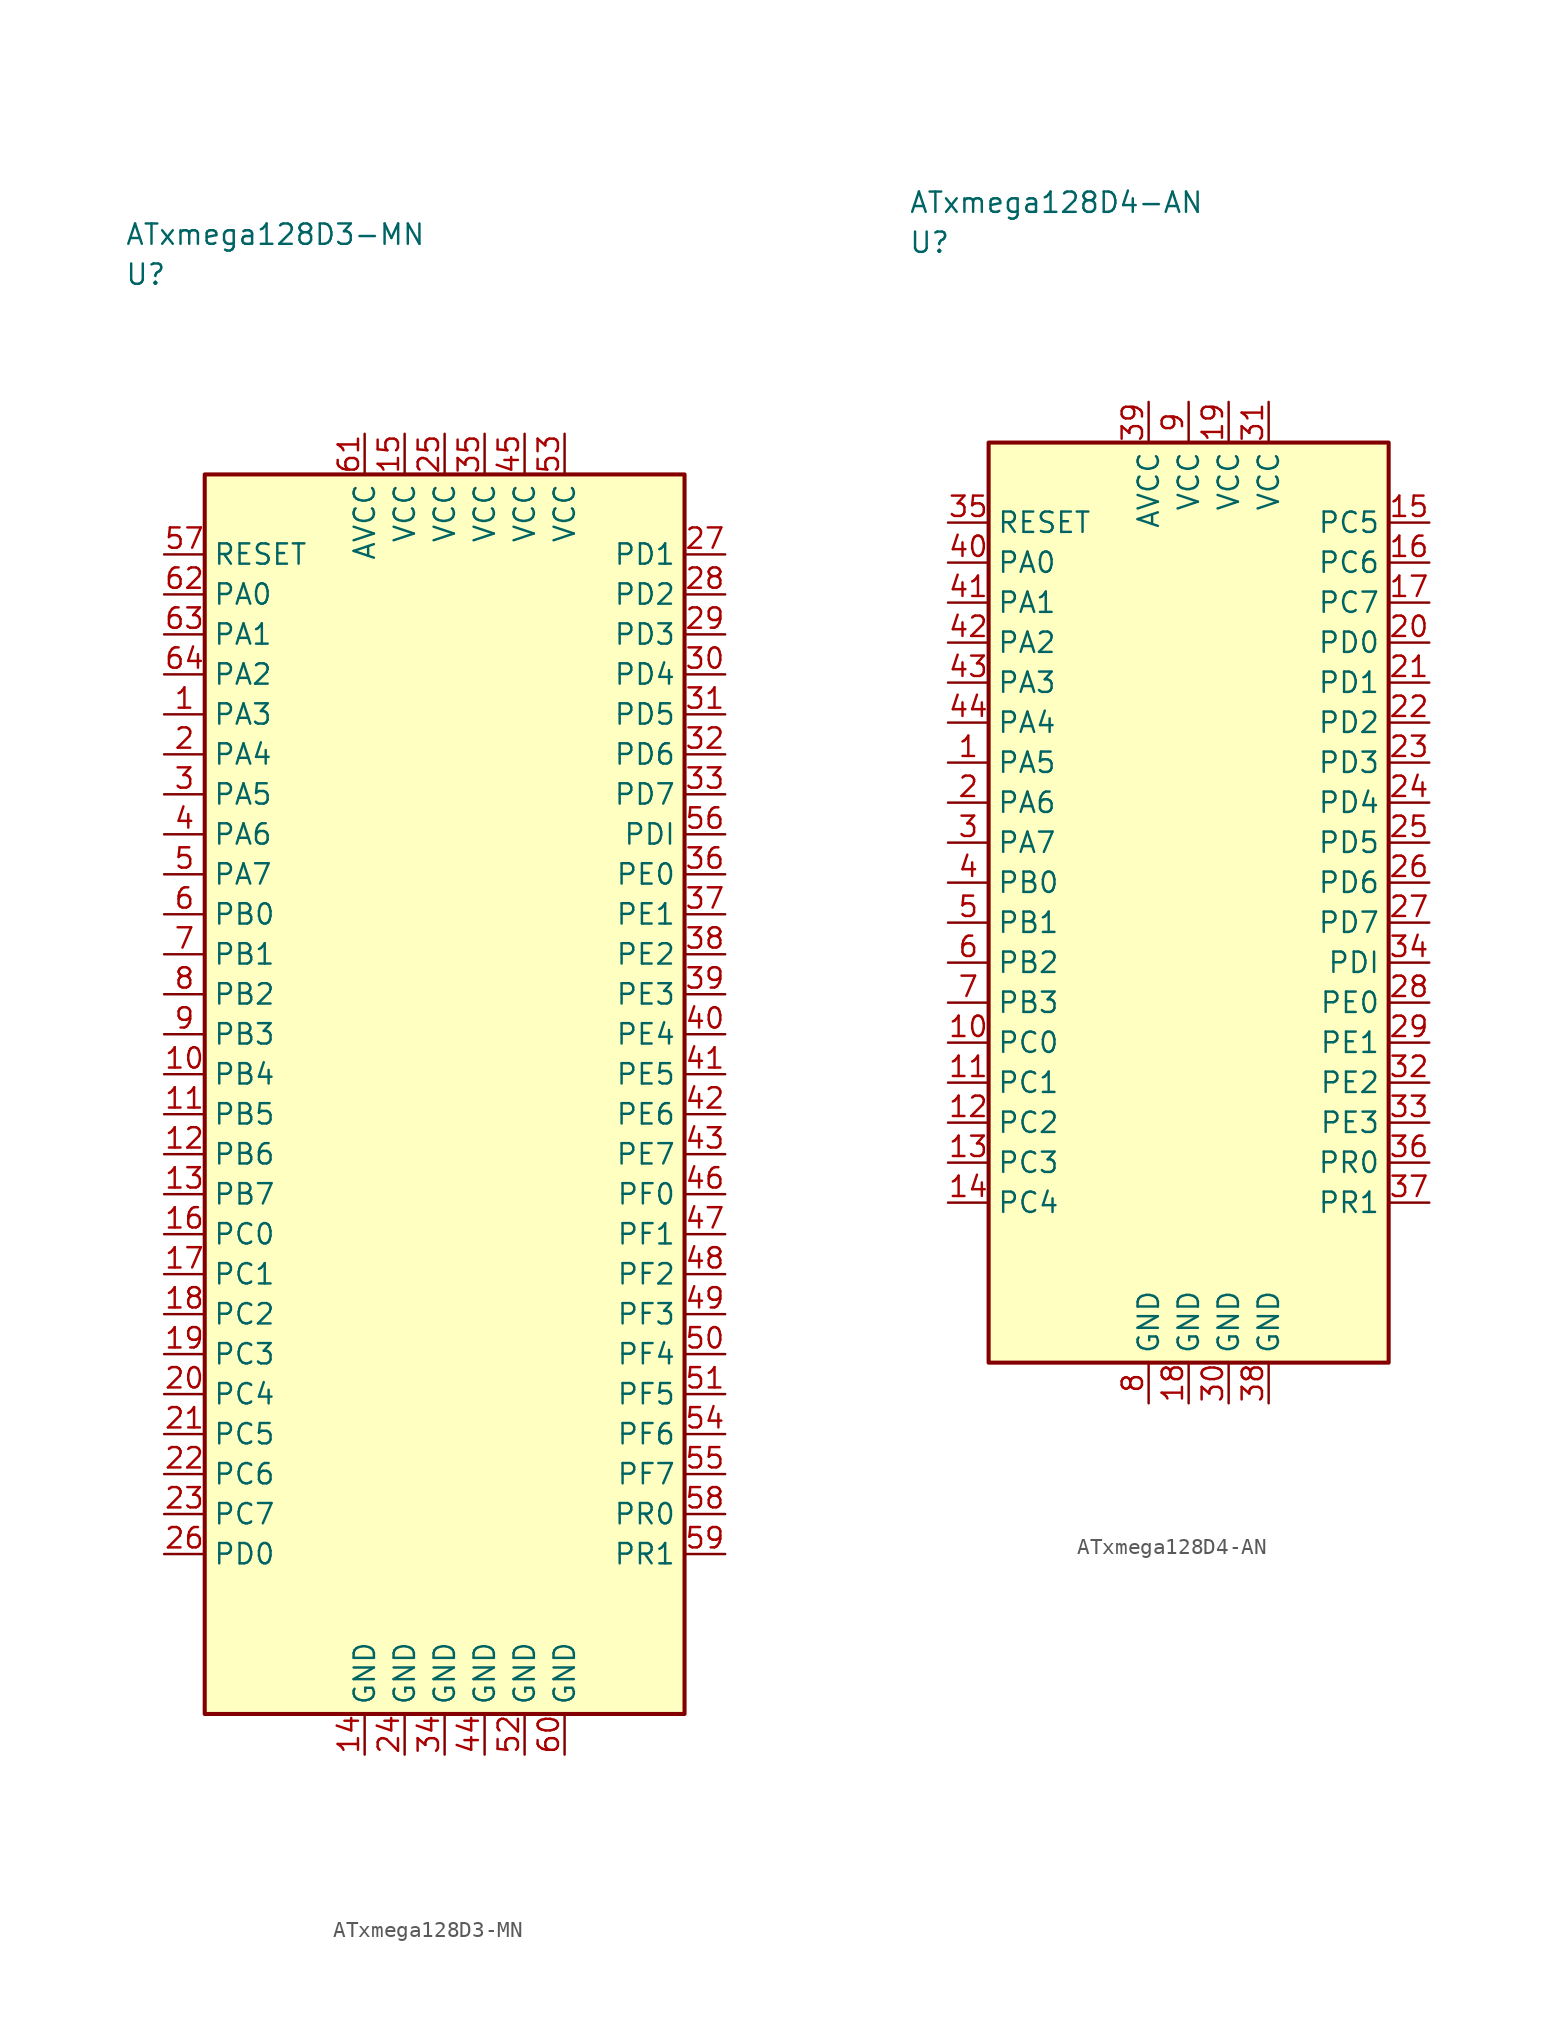
<source format=kicad_sym>
(kicad_symbol_lib
  (version 20241025)
  (generator "kicad_symbol_editor")
  (generator_version "8.0")
  (symbol "ATxmega128D3-MN"
    (property "Reference" "U"
      (at -20.0 51.25 0)
      (effects (font (size 1.27 1.27)) (justify left)))
    (property "Value" "ATxmega128D3-MN"
      (at -20.0 53.75 0)
      (effects (font (size 1.27 1.27)) (justify left)))
    (symbol "ATxmega128D3-MN_0_1"
      (rectangle (start -15.0 38.75) (end 15.0 -38.75) (stroke (width 0.254) (type default)) (fill (type background))))
    (symbol "ATxmega128D3-MN_1_1"
      (pin bidirectional line (at -17.54 23.75 0.0) (length 2.54) (name "PA3" (effects (font (size 1.27 1.27)))) (number "1" (effects (font (size 1.27 1.27)))))
      (pin bidirectional line (at -17.54 21.25 0.0) (length 2.54) (name "PA4" (effects (font (size 1.27 1.27)))) (number "2" (effects (font (size 1.27 1.27)))))
      (pin bidirectional line (at -17.54 18.75 0.0) (length 2.54) (name "PA5" (effects (font (size 1.27 1.27)))) (number "3" (effects (font (size 1.27 1.27)))))
      (pin bidirectional line (at -17.54 16.25 0.0) (length 2.54) (name "PA6" (effects (font (size 1.27 1.27)))) (number "4" (effects (font (size 1.27 1.27)))))
      (pin bidirectional line (at -17.54 13.75 0.0) (length 2.54) (name "PA7" (effects (font (size 1.27 1.27)))) (number "5" (effects (font (size 1.27 1.27)))))
      (pin bidirectional line (at -17.54 11.25 0.0) (length 2.54) (name "PB0" (effects (font (size 1.27 1.27)))) (number "6" (effects (font (size 1.27 1.27)))))
      (pin bidirectional line (at -17.54 8.75 0.0) (length 2.54) (name "PB1" (effects (font (size 1.27 1.27)))) (number "7" (effects (font (size 1.27 1.27)))))
      (pin bidirectional line (at -17.54 6.25 0.0) (length 2.54) (name "PB2" (effects (font (size 1.27 1.27)))) (number "8" (effects (font (size 1.27 1.27)))))
      (pin bidirectional line (at -17.54 3.75 0.0) (length 2.54) (name "PB3" (effects (font (size 1.27 1.27)))) (number "9" (effects (font (size 1.27 1.27)))))
      (pin bidirectional line (at -17.54 1.25 0.0) (length 2.54) (name "PB4" (effects (font (size 1.27 1.27)))) (number "10" (effects (font (size 1.27 1.27)))))
      (pin bidirectional line (at -17.54 -1.25 0.0) (length 2.54) (name "PB5" (effects (font (size 1.27 1.27)))) (number "11" (effects (font (size 1.27 1.27)))))
      (pin bidirectional line (at -17.54 -3.75 0.0) (length 2.54) (name "PB6" (effects (font (size 1.27 1.27)))) (number "12" (effects (font (size 1.27 1.27)))))
      (pin bidirectional line (at -17.54 -6.25 0.0) (length 2.54) (name "PB7" (effects (font (size 1.27 1.27)))) (number "13" (effects (font (size 1.27 1.27)))))
      (pin passive line (at -5.0 -41.29 90.0) (length 2.54) (name "GND" (effects (font (size 1.27 1.27)))) (number "14" (effects (font (size 1.27 1.27)))))
      (pin power_in line (at -2.5 41.29 270.0) (length 2.54) (name "VCC" (effects (font (size 1.27 1.27)))) (number "15" (effects (font (size 1.27 1.27)))))
      (pin bidirectional line (at -17.54 -8.75 0.0) (length 2.54) (name "PC0" (effects (font (size 1.27 1.27)))) (number "16" (effects (font (size 1.27 1.27)))))
      (pin bidirectional line (at -17.54 -11.25 0.0) (length 2.54) (name "PC1" (effects (font (size 1.27 1.27)))) (number "17" (effects (font (size 1.27 1.27)))))
      (pin bidirectional line (at -17.54 -13.75 0.0) (length 2.54) (name "PC2" (effects (font (size 1.27 1.27)))) (number "18" (effects (font (size 1.27 1.27)))))
      (pin bidirectional line (at -17.54 -16.25 0.0) (length 2.54) (name "PC3" (effects (font (size 1.27 1.27)))) (number "19" (effects (font (size 1.27 1.27)))))
      (pin bidirectional line (at -17.54 -18.75 0.0) (length 2.54) (name "PC4" (effects (font (size 1.27 1.27)))) (number "20" (effects (font (size 1.27 1.27)))))
      (pin bidirectional line (at -17.54 -21.25 0.0) (length 2.54) (name "PC5" (effects (font (size 1.27 1.27)))) (number "21" (effects (font (size 1.27 1.27)))))
      (pin bidirectional line (at -17.54 -23.75 0.0) (length 2.54) (name "PC6" (effects (font (size 1.27 1.27)))) (number "22" (effects (font (size 1.27 1.27)))))
      (pin bidirectional line (at -17.54 -26.25 0.0) (length 2.54) (name "PC7" (effects (font (size 1.27 1.27)))) (number "23" (effects (font (size 1.27 1.27)))))
      (pin passive line (at -2.5 -41.29 90.0) (length 2.54) (name "GND" (effects (font (size 1.27 1.27)))) (number "24" (effects (font (size 1.27 1.27)))))
      (pin power_in line (at 0.0 41.29 270.0) (length 2.54) (name "VCC" (effects (font (size 1.27 1.27)))) (number "25" (effects (font (size 1.27 1.27)))))
      (pin bidirectional line (at -17.54 -28.75 0.0) (length 2.54) (name "PD0" (effects (font (size 1.27 1.27)))) (number "26" (effects (font (size 1.27 1.27)))))
      (pin bidirectional line (at 17.54 33.75 180.0) (length 2.54) (name "PD1" (effects (font (size 1.27 1.27)))) (number "27" (effects (font (size 1.27 1.27)))))
      (pin bidirectional line (at 17.54 31.25 180.0) (length 2.54) (name "PD2" (effects (font (size 1.27 1.27)))) (number "28" (effects (font (size 1.27 1.27)))))
      (pin bidirectional line (at 17.54 28.75 180.0) (length 2.54) (name "PD3" (effects (font (size 1.27 1.27)))) (number "29" (effects (font (size 1.27 1.27)))))
      (pin bidirectional line (at 17.54 26.25 180.0) (length 2.54) (name "PD4" (effects (font (size 1.27 1.27)))) (number "30" (effects (font (size 1.27 1.27)))))
      (pin bidirectional line (at 17.54 23.75 180.0) (length 2.54) (name "PD5" (effects (font (size 1.27 1.27)))) (number "31" (effects (font (size 1.27 1.27)))))
      (pin bidirectional line (at 17.54 21.25 180.0) (length 2.54) (name "PD6" (effects (font (size 1.27 1.27)))) (number "32" (effects (font (size 1.27 1.27)))))
      (pin bidirectional line (at 17.54 18.75 180.0) (length 2.54) (name "PD7" (effects (font (size 1.27 1.27)))) (number "33" (effects (font (size 1.27 1.27)))))
      (pin passive line (at 0.0 -41.29 90.0) (length 2.54) (name "GND" (effects (font (size 1.27 1.27)))) (number "34" (effects (font (size 1.27 1.27)))))
      (pin power_in line (at 2.5 41.29 270.0) (length 2.54) (name "VCC" (effects (font (size 1.27 1.27)))) (number "35" (effects (font (size 1.27 1.27)))))
      (pin bidirectional line (at 17.54 13.75 180.0) (length 2.54) (name "PE0" (effects (font (size 1.27 1.27)))) (number "36" (effects (font (size 1.27 1.27)))))
      (pin bidirectional line (at 17.54 11.25 180.0) (length 2.54) (name "PE1" (effects (font (size 1.27 1.27)))) (number "37" (effects (font (size 1.27 1.27)))))
      (pin bidirectional line (at 17.54 8.75 180.0) (length 2.54) (name "PE2" (effects (font (size 1.27 1.27)))) (number "38" (effects (font (size 1.27 1.27)))))
      (pin bidirectional line (at 17.54 6.25 180.0) (length 2.54) (name "PE3" (effects (font (size 1.27 1.27)))) (number "39" (effects (font (size 1.27 1.27)))))
      (pin bidirectional line (at 17.54 3.75 180.0) (length 2.54) (name "PE4" (effects (font (size 1.27 1.27)))) (number "40" (effects (font (size 1.27 1.27)))))
      (pin bidirectional line (at 17.54 1.25 180.0) (length 2.54) (name "PE5" (effects (font (size 1.27 1.27)))) (number "41" (effects (font (size 1.27 1.27)))))
      (pin bidirectional line (at 17.54 -1.25 180.0) (length 2.54) (name "PE6" (effects (font (size 1.27 1.27)))) (number "42" (effects (font (size 1.27 1.27)))))
      (pin bidirectional line (at 17.54 -3.75 180.0) (length 2.54) (name "PE7" (effects (font (size 1.27 1.27)))) (number "43" (effects (font (size 1.27 1.27)))))
      (pin passive line (at 2.5 -41.29 90.0) (length 2.54) (name "GND" (effects (font (size 1.27 1.27)))) (number "44" (effects (font (size 1.27 1.27)))))
      (pin power_in line (at 5.0 41.29 270.0) (length 2.54) (name "VCC" (effects (font (size 1.27 1.27)))) (number "45" (effects (font (size 1.27 1.27)))))
      (pin bidirectional line (at 17.54 -6.25 180.0) (length 2.54) (name "PF0" (effects (font (size 1.27 1.27)))) (number "46" (effects (font (size 1.27 1.27)))))
      (pin bidirectional line (at 17.54 -8.75 180.0) (length 2.54) (name "PF1" (effects (font (size 1.27 1.27)))) (number "47" (effects (font (size 1.27 1.27)))))
      (pin bidirectional line (at 17.54 -11.25 180.0) (length 2.54) (name "PF2" (effects (font (size 1.27 1.27)))) (number "48" (effects (font (size 1.27 1.27)))))
      (pin bidirectional line (at 17.54 -13.75 180.0) (length 2.54) (name "PF3" (effects (font (size 1.27 1.27)))) (number "49" (effects (font (size 1.27 1.27)))))
      (pin bidirectional line (at 17.54 -16.25 180.0) (length 2.54) (name "PF4" (effects (font (size 1.27 1.27)))) (number "50" (effects (font (size 1.27 1.27)))))
      (pin bidirectional line (at 17.54 -18.75 180.0) (length 2.54) (name "PF5" (effects (font (size 1.27 1.27)))) (number "51" (effects (font (size 1.27 1.27)))))
      (pin passive line (at 5.0 -41.29 90.0) (length 2.54) (name "GND" (effects (font (size 1.27 1.27)))) (number "52" (effects (font (size 1.27 1.27)))))
      (pin power_in line (at 7.5 41.29 270.0) (length 2.54) (name "VCC" (effects (font (size 1.27 1.27)))) (number "53" (effects (font (size 1.27 1.27)))))
      (pin bidirectional line (at 17.54 -21.25 180.0) (length 2.54) (name "PF6" (effects (font (size 1.27 1.27)))) (number "54" (effects (font (size 1.27 1.27)))))
      (pin bidirectional line (at 17.54 -23.75 180.0) (length 2.54) (name "PF7" (effects (font (size 1.27 1.27)))) (number "55" (effects (font (size 1.27 1.27)))))
      (pin bidirectional line (at 17.54 16.25 180.0) (length 2.54) (name "PDI" (effects (font (size 1.27 1.27)))) (number "56" (effects (font (size 1.27 1.27)))))
      (pin input line (at -17.54 33.75 0.0) (length 2.54) (name "RESET" (effects (font (size 1.27 1.27)))) (number "57" (effects (font (size 1.27 1.27)))))
      (pin bidirectional line (at 17.54 -26.25 180.0) (length 2.54) (name "PR0" (effects (font (size 1.27 1.27)))) (number "58" (effects (font (size 1.27 1.27)))))
      (pin bidirectional line (at 17.54 -28.75 180.0) (length 2.54) (name "PR1" (effects (font (size 1.27 1.27)))) (number "59" (effects (font (size 1.27 1.27)))))
      (pin passive line (at 7.5 -41.29 90.0) (length 2.54) (name "GND" (effects (font (size 1.27 1.27)))) (number "60" (effects (font (size 1.27 1.27)))))
      (pin power_in line (at -5.0 41.29 270.0) (length 2.54) (name "AVCC" (effects (font (size 1.27 1.27)))) (number "61" (effects (font (size 1.27 1.27)))))
      (pin bidirectional line (at -17.54 31.25 0.0) (length 2.54) (name "PA0" (effects (font (size 1.27 1.27)))) (number "62" (effects (font (size 1.27 1.27)))))
      (pin bidirectional line (at -17.54 28.75 0.0) (length 2.54) (name "PA1" (effects (font (size 1.27 1.27)))) (number "63" (effects (font (size 1.27 1.27)))))
      (pin bidirectional line (at -17.54 26.25 0.0) (length 2.54) (name "PA2" (effects (font (size 1.27 1.27)))) (number "64" (effects (font (size 1.27 1.27)))))))
  (symbol "ATxmega128D4-AN"
    (property "Reference" "U"
      (at -17.5 41.25 0)
      (effects (font (size 1.27 1.27)) (justify left)))
    (property "Value" "ATxmega128D4-AN"
      (at -17.5 43.75 0)
      (effects (font (size 1.27 1.27)) (justify left)))
    (symbol "ATxmega128D4-AN_0_1"
      (rectangle (start -12.5 28.75) (end 12.5 -28.75) (stroke (width 0.254) (type default)) (fill (type background))))
    (symbol "ATxmega128D4-AN_1_1"
      (pin bidirectional line (at -15.04 8.75 0.0) (length 2.54) (name "PA5" (effects (font (size 1.27 1.27)))) (number "1" (effects (font (size 1.27 1.27)))))
      (pin bidirectional line (at -15.04 6.25 0.0) (length 2.54) (name "PA6" (effects (font (size 1.27 1.27)))) (number "2" (effects (font (size 1.27 1.27)))))
      (pin bidirectional line (at -15.04 3.75 0.0) (length 2.54) (name "PA7" (effects (font (size 1.27 1.27)))) (number "3" (effects (font (size 1.27 1.27)))))
      (pin bidirectional line (at -15.04 1.25 0.0) (length 2.54) (name "PB0" (effects (font (size 1.27 1.27)))) (number "4" (effects (font (size 1.27 1.27)))))
      (pin bidirectional line (at -15.04 -1.25 0.0) (length 2.54) (name "PB1" (effects (font (size 1.27 1.27)))) (number "5" (effects (font (size 1.27 1.27)))))
      (pin bidirectional line (at -15.04 -3.75 0.0) (length 2.54) (name "PB2" (effects (font (size 1.27 1.27)))) (number "6" (effects (font (size 1.27 1.27)))))
      (pin bidirectional line (at -15.04 -6.25 0.0) (length 2.54) (name "PB3" (effects (font (size 1.27 1.27)))) (number "7" (effects (font (size 1.27 1.27)))))
      (pin passive line (at -2.5 -31.29 90.0) (length 2.54) (name "GND" (effects (font (size 1.27 1.27)))) (number "8" (effects (font (size 1.27 1.27)))))
      (pin power_in line (at 0.0 31.29 270.0) (length 2.54) (name "VCC" (effects (font (size 1.27 1.27)))) (number "9" (effects (font (size 1.27 1.27)))))
      (pin bidirectional line (at -15.04 -8.75 0.0) (length 2.54) (name "PC0" (effects (font (size 1.27 1.27)))) (number "10" (effects (font (size 1.27 1.27)))))
      (pin bidirectional line (at -15.04 -11.25 0.0) (length 2.54) (name "PC1" (effects (font (size 1.27 1.27)))) (number "11" (effects (font (size 1.27 1.27)))))
      (pin bidirectional line (at -15.04 -13.75 0.0) (length 2.54) (name "PC2" (effects (font (size 1.27 1.27)))) (number "12" (effects (font (size 1.27 1.27)))))
      (pin bidirectional line (at -15.04 -16.25 0.0) (length 2.54) (name "PC3" (effects (font (size 1.27 1.27)))) (number "13" (effects (font (size 1.27 1.27)))))
      (pin bidirectional line (at -15.04 -18.75 0.0) (length 2.54) (name "PC4" (effects (font (size 1.27 1.27)))) (number "14" (effects (font (size 1.27 1.27)))))
      (pin bidirectional line (at 15.04 23.75 180.0) (length 2.54) (name "PC5" (effects (font (size 1.27 1.27)))) (number "15" (effects (font (size 1.27 1.27)))))
      (pin bidirectional line (at 15.04 21.25 180.0) (length 2.54) (name "PC6" (effects (font (size 1.27 1.27)))) (number "16" (effects (font (size 1.27 1.27)))))
      (pin bidirectional line (at 15.04 18.75 180.0) (length 2.54) (name "PC7" (effects (font (size 1.27 1.27)))) (number "17" (effects (font (size 1.27 1.27)))))
      (pin passive line (at 0.0 -31.29 90.0) (length 2.54) (name "GND" (effects (font (size 1.27 1.27)))) (number "18" (effects (font (size 1.27 1.27)))))
      (pin power_in line (at 2.5 31.29 270.0) (length 2.54) (name "VCC" (effects (font (size 1.27 1.27)))) (number "19" (effects (font (size 1.27 1.27)))))
      (pin bidirectional line (at 15.04 16.25 180.0) (length 2.54) (name "PD0" (effects (font (size 1.27 1.27)))) (number "20" (effects (font (size 1.27 1.27)))))
      (pin bidirectional line (at 15.04 13.75 180.0) (length 2.54) (name "PD1" (effects (font (size 1.27 1.27)))) (number "21" (effects (font (size 1.27 1.27)))))
      (pin bidirectional line (at 15.04 11.25 180.0) (length 2.54) (name "PD2" (effects (font (size 1.27 1.27)))) (number "22" (effects (font (size 1.27 1.27)))))
      (pin bidirectional line (at 15.04 8.75 180.0) (length 2.54) (name "PD3" (effects (font (size 1.27 1.27)))) (number "23" (effects (font (size 1.27 1.27)))))
      (pin bidirectional line (at 15.04 6.25 180.0) (length 2.54) (name "PD4" (effects (font (size 1.27 1.27)))) (number "24" (effects (font (size 1.27 1.27)))))
      (pin bidirectional line (at 15.04 3.75 180.0) (length 2.54) (name "PD5" (effects (font (size 1.27 1.27)))) (number "25" (effects (font (size 1.27 1.27)))))
      (pin bidirectional line (at 15.04 1.25 180.0) (length 2.54) (name "PD6" (effects (font (size 1.27 1.27)))) (number "26" (effects (font (size 1.27 1.27)))))
      (pin bidirectional line (at 15.04 -1.25 180.0) (length 2.54) (name "PD7" (effects (font (size 1.27 1.27)))) (number "27" (effects (font (size 1.27 1.27)))))
      (pin bidirectional line (at 15.04 -6.25 180.0) (length 2.54) (name "PE0" (effects (font (size 1.27 1.27)))) (number "28" (effects (font (size 1.27 1.27)))))
      (pin bidirectional line (at 15.04 -8.75 180.0) (length 2.54) (name "PE1" (effects (font (size 1.27 1.27)))) (number "29" (effects (font (size 1.27 1.27)))))
      (pin passive line (at 2.5 -31.29 90.0) (length 2.54) (name "GND" (effects (font (size 1.27 1.27)))) (number "30" (effects (font (size 1.27 1.27)))))
      (pin power_in line (at 5.0 31.29 270.0) (length 2.54) (name "VCC" (effects (font (size 1.27 1.27)))) (number "31" (effects (font (size 1.27 1.27)))))
      (pin bidirectional line (at 15.04 -11.25 180.0) (length 2.54) (name "PE2" (effects (font (size 1.27 1.27)))) (number "32" (effects (font (size 1.27 1.27)))))
      (pin bidirectional line (at 15.04 -13.75 180.0) (length 2.54) (name "PE3" (effects (font (size 1.27 1.27)))) (number "33" (effects (font (size 1.27 1.27)))))
      (pin bidirectional line (at 15.04 -3.75 180.0) (length 2.54) (name "PDI" (effects (font (size 1.27 1.27)))) (number "34" (effects (font (size 1.27 1.27)))))
      (pin input line (at -15.04 23.75 0.0) (length 2.54) (name "RESET" (effects (font (size 1.27 1.27)))) (number "35" (effects (font (size 1.27 1.27)))))
      (pin bidirectional line (at 15.04 -16.25 180.0) (length 2.54) (name "PR0" (effects (font (size 1.27 1.27)))) (number "36" (effects (font (size 1.27 1.27)))))
      (pin bidirectional line (at 15.04 -18.75 180.0) (length 2.54) (name "PR1" (effects (font (size 1.27 1.27)))) (number "37" (effects (font (size 1.27 1.27)))))
      (pin passive line (at 5.0 -31.29 90.0) (length 2.54) (name "GND" (effects (font (size 1.27 1.27)))) (number "38" (effects (font (size 1.27 1.27)))))
      (pin power_in line (at -2.5 31.29 270.0) (length 2.54) (name "AVCC" (effects (font (size 1.27 1.27)))) (number "39" (effects (font (size 1.27 1.27)))))
      (pin bidirectional line (at -15.04 21.25 0.0) (length 2.54) (name "PA0" (effects (font (size 1.27 1.27)))) (number "40" (effects (font (size 1.27 1.27)))))
      (pin bidirectional line (at -15.04 18.75 0.0) (length 2.54) (name "PA1" (effects (font (size 1.27 1.27)))) (number "41" (effects (font (size 1.27 1.27)))))
      (pin bidirectional line (at -15.04 16.25 0.0) (length 2.54) (name "PA2" (effects (font (size 1.27 1.27)))) (number "42" (effects (font (size 1.27 1.27)))))
      (pin bidirectional line (at -15.04 13.75 0.0) (length 2.54) (name "PA3" (effects (font (size 1.27 1.27)))) (number "43" (effects (font (size 1.27 1.27)))))
      (pin bidirectional line (at -15.04 11.25 0.0) (length 2.54) (name "PA4" (effects (font (size 1.27 1.27)))) (number "44" (effects (font (size 1.27 1.27))))))))
</source>
